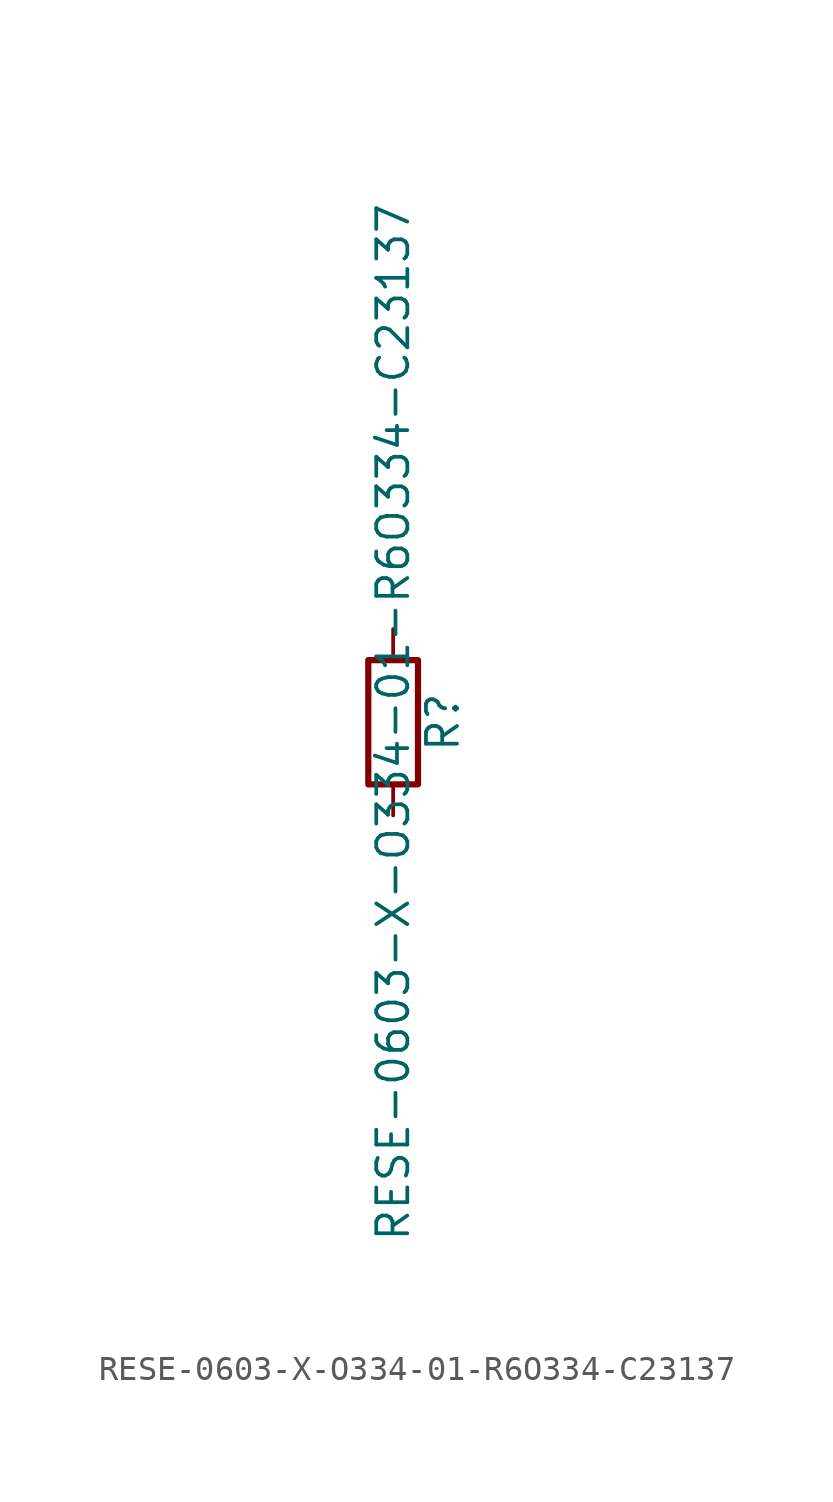
<source format=kicad_sym>
(kicad_symbol_lib
  (version 20211014)
  (generator kicad_symbol_editor)
  (symbol "RESE-0603-X-O334-01-R6O334-C23137"
    (pin_numbers hide)
    (pin_names
      (offset 0))
    (property "Reference" "R"
      (at 2.032 0 90)
      (effects (font (size 1.27 1.27))))
    (property "Value" "RESE-0603-X-O334-01-R6O334-C23137"
      (at 0 0 90)
      (effects (font (size 1.27 1.27))))
    (symbol "RESE-0603-X-O334-01-R6O334-C23137_0_1"
      (rectangle (start -1.016 -2.54) (end 1.016 2.54) (stroke (width 0.254) (type default) (color 0 0 0 0)) (fill (type none))))
    (symbol "RESE-0603-X-O334-01-R6O334-C23137_1_1"
      (pin passive line (at 0 3.81 270) (length 1.27) (name "~" (effects (font (size 1.27 1.27)))) (number "1" (effects (font (size 1.27 1.27)))))
      (pin passive line (at 0 -3.81 90) (length 1.27) (name "~" (effects (font (size 1.27 1.27)))) (number "2" (effects (font (size 1.27 1.27))))))))
</source>
